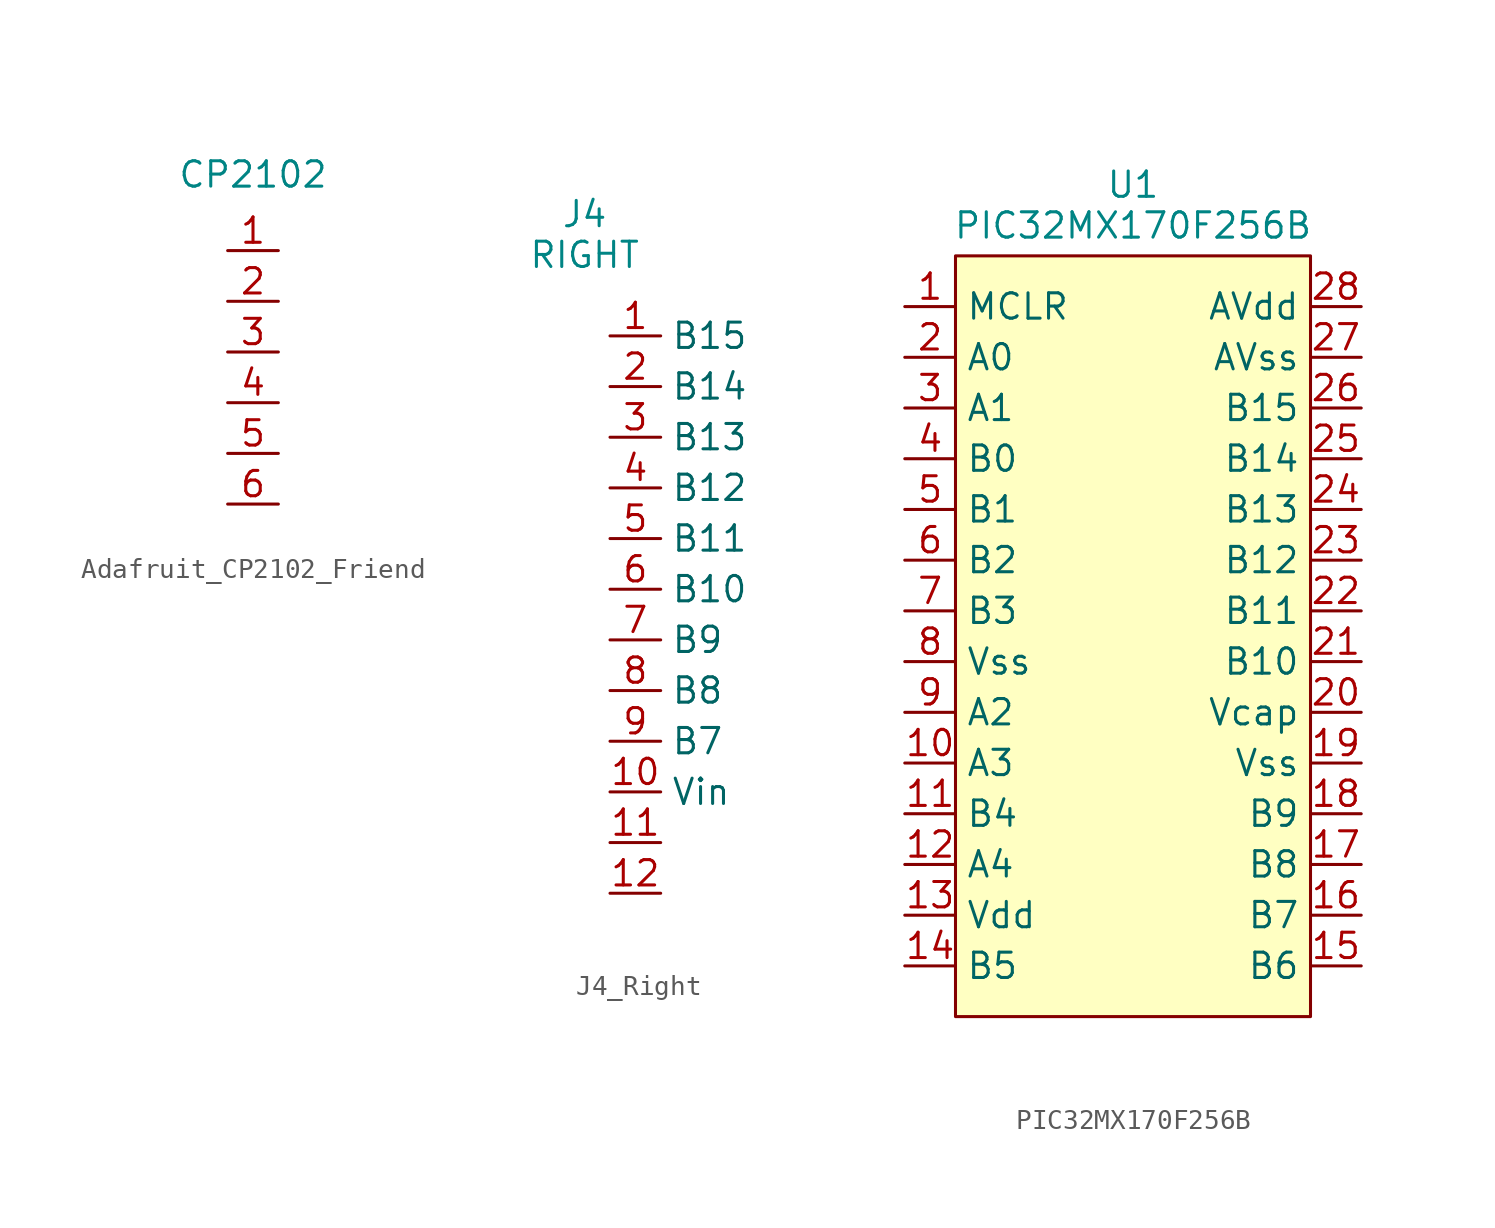
<source format=kicad_sym>
(kicad_symbol_lib
  (version 20220914)
  (generator kicad_symbol_editor)
  (symbol "Adafruit_CP2102_Friend"
    (property "Reference" "U"
      (at 0 0 0)
      (effects (font (size 1.27 1.27)) hide))
    (property "Value" ""
      (at 0 0 0)
      (effects (font (size 1.27 1.27))))
    (symbol "Adafruit_CP2102_Friend_1_1"
      (text "CP2102" (at -1.27 -2.54 0) (effects (font (size 1.27 1.27) (color 0 132 132 1))))
      (pin input line (at 0 -6.35 180) (length 2.54) (name "" (effects (font (size 1.27 1.27)))) (number "1" (effects (font (size 1.27 1.27)))))
      (pin input line (at 0 -8.89 180) (length 2.54) (name "" (effects (font (size 1.27 1.27)))) (number "2" (effects (font (size 1.27 1.27)))))
      (pin input line (at 0 -11.43 180) (length 2.54) (name "" (effects (font (size 1.27 1.27)))) (number "3" (effects (font (size 1.27 1.27)))))
      (pin input line (at 0 -13.97 180) (length 2.54) (name "" (effects (font (size 1.27 1.27)))) (number "4" (effects (font (size 1.27 1.27)))))
      (pin input line (at 0 -16.51 180) (length 2.54) (name "" (effects (font (size 1.27 1.27)))) (number "5" (effects (font (size 1.27 1.27)))))
      (pin input line (at 0 -19.05 180) (length 2.54) (name "" (effects (font (size 1.27 1.27)))) (number "6" (effects (font (size 1.27 1.27)))))))
  (symbol "J4_Right"
    (property "Reference" "U"
      (at 0 0 0)
      (effects (font (size 1.27 1.27)) hide))
    (property "Value" ""
      (at 0 0 0)
      (effects (font (size 1.27 1.27))))
    (symbol "J4_Right_1_1"
      (text "J4\nRIGHT" (at -1.27 -3.81 0) (effects (font (size 1.27 1.27) (color 0 132 132 1))))
      (pin free line (at 0 -8.89 0) (length 2.54) (name "B15" (effects (font (size 1.27 1.27)))) (number "1" (effects (font (size 1.27 1.27)))))
      (pin free line (at 0 -31.75 0) (length 2.54) (name "Vin" (effects (font (size 1.27 1.27)))) (number "10" (effects (font (size 1.27 1.27)))))
      (pin free line (at 0 -34.29 0) (length 2.54) (name "" (effects (font (size 1.27 1.27)))) (number "11" (effects (font (size 1.27 1.27)))))
      (pin free line (at 0 -36.83 0) (length 2.54) (name "" (effects (font (size 1.27 1.27)))) (number "12" (effects (font (size 1.27 1.27)))))
      (pin free line (at 0 -11.43 0) (length 2.54) (name "B14" (effects (font (size 1.27 1.27)))) (number "2" (effects (font (size 1.27 1.27)))))
      (pin free line (at 0 -13.97 0) (length 2.54) (name "B13" (effects (font (size 1.27 1.27)))) (number "3" (effects (font (size 1.27 1.27)))))
      (pin free line (at 0 -16.51 0) (length 2.54) (name "B12" (effects (font (size 1.27 1.27)))) (number "4" (effects (font (size 1.27 1.27)))))
      (pin free line (at 0 -19.05 0) (length 2.54) (name "B11" (effects (font (size 1.27 1.27)))) (number "5" (effects (font (size 1.27 1.27)))))
      (pin free line (at 0 -21.59 0) (length 2.54) (name "B10" (effects (font (size 1.27 1.27)))) (number "6" (effects (font (size 1.27 1.27)))))
      (pin free line (at 0 -24.13 0) (length 2.54) (name "B9" (effects (font (size 1.27 1.27)))) (number "7" (effects (font (size 1.27 1.27)))))
      (pin free line (at 0 -26.67 0) (length 2.54) (name "B8" (effects (font (size 1.27 1.27)))) (number "8" (effects (font (size 1.27 1.27)))))
      (pin free line (at 0 -29.21 0) (length 2.54) (name "B7" (effects (font (size 1.27 1.27)))) (number "9" (effects (font (size 1.27 1.27)))))))
  (symbol "PIC32MX170F256B"
    (property "Reference" "U"
      (at 0 0 0)
      (effects (font (size 1.27 1.27)) hide))
    (property "Value" ""
      (at -11.43 -13.97 0)
      (effects (font (size 1.27 1.27))))
    (symbol "PIC32MX170F256B_1_1"
      (rectangle (start -8.89 -7.62) (end 8.89 -45.72) (stroke (width 0) (type default)) (fill (type background)))
      (text "U1\nPIC32MX170F256B" (at 0 -5.08 0) (effects (font (size 1.27 1.27) (color 0 132 132 1))))
      (pin input line (at -11.43 -10.16 0) (length 2.54) (name "MCLR" (effects (font (size 1.27 1.27)))) (number "1" (effects (font (size 1.27 1.27)))))
      (pin input line (at -11.43 -33.02 0) (length 2.54) (name "A3" (effects (font (size 1.27 1.27)))) (number "10" (effects (font (size 1.27 1.27)))))
      (pin input line (at -11.43 -35.56 0) (length 2.54) (name "B4" (effects (font (size 1.27 1.27)))) (number "11" (effects (font (size 1.27 1.27)))))
      (pin input line (at -11.43 -38.1 0) (length 2.54) (name "A4" (effects (font (size 1.27 1.27)))) (number "12" (effects (font (size 1.27 1.27)))))
      (pin input line (at -11.43 -40.64 0) (length 2.54) (name "Vdd" (effects (font (size 1.27 1.27)))) (number "13" (effects (font (size 1.27 1.27)))))
      (pin input line (at -11.43 -43.18 0) (length 2.54) (name "B5" (effects (font (size 1.27 1.27)))) (number "14" (effects (font (size 1.27 1.27)))))
      (pin input line (at 11.43 -43.18 180) (length 2.54) (name "B6" (effects (font (size 1.27 1.27)))) (number "15" (effects (font (size 1.27 1.27)))))
      (pin input line (at 11.43 -40.64 180) (length 2.54) (name "B7" (effects (font (size 1.27 1.27)))) (number "16" (effects (font (size 1.27 1.27)))))
      (pin input line (at 11.43 -38.1 180) (length 2.54) (name "B8" (effects (font (size 1.27 1.27)))) (number "17" (effects (font (size 1.27 1.27)))))
      (pin input line (at 11.43 -35.56 180) (length 2.54) (name "B9" (effects (font (size 1.27 1.27)))) (number "18" (effects (font (size 1.27 1.27)))))
      (pin input line (at 11.43 -33.02 180) (length 2.54) (name "Vss" (effects (font (size 1.27 1.27)))) (number "19" (effects (font (size 1.27 1.27)))))
      (pin input line (at -11.43 -12.7 0) (length 2.54) (name "A0" (effects (font (size 1.27 1.27)))) (number "2" (effects (font (size 1.27 1.27)))))
      (pin input line (at 11.43 -30.48 180) (length 2.54) (name "Vcap" (effects (font (size 1.27 1.27)))) (number "20" (effects (font (size 1.27 1.27)))))
      (pin input line (at 11.43 -27.94 180) (length 2.54) (name "B10" (effects (font (size 1.27 1.27)))) (number "21" (effects (font (size 1.27 1.27)))))
      (pin input line (at 11.43 -25.4 180) (length 2.54) (name "B11" (effects (font (size 1.27 1.27)))) (number "22" (effects (font (size 1.27 1.27)))))
      (pin input line (at 11.43 -22.86 180) (length 2.54) (name "B12" (effects (font (size 1.27 1.27)))) (number "23" (effects (font (size 1.27 1.27)))))
      (pin input line (at 11.43 -20.32 180) (length 2.54) (name "B13" (effects (font (size 1.27 1.27)))) (number "24" (effects (font (size 1.27 1.27)))))
      (pin input line (at 11.43 -17.78 180) (length 2.54) (name "B14" (effects (font (size 1.27 1.27)))) (number "25" (effects (font (size 1.27 1.27)))))
      (pin input line (at 11.43 -15.24 180) (length 2.54) (name "B15" (effects (font (size 1.27 1.27)))) (number "26" (effects (font (size 1.27 1.27)))))
      (pin input line (at 11.43 -12.7 180) (length 2.54) (name "AVss" (effects (font (size 1.27 1.27)))) (number "27" (effects (font (size 1.27 1.27)))))
      (pin input line (at 11.43 -10.16 180) (length 2.54) (name "AVdd" (effects (font (size 1.27 1.27)))) (number "28" (effects (font (size 1.27 1.27)))))
      (pin input line (at -11.43 -15.24 0) (length 2.54) (name "A1" (effects (font (size 1.27 1.27)))) (number "3" (effects (font (size 1.27 1.27)))))
      (pin bidirectional line (at -11.43 -17.78 0) (length 2.54) (name "B0" (effects (font (size 1.27 1.27)))) (number "4" (effects (font (size 1.27 1.27)))))
      (pin bidirectional line (at -11.43 -20.32 0) (length 2.54) (name "B1" (effects (font (size 1.27 1.27)))) (number "5" (effects (font (size 1.27 1.27)))))
      (pin bidirectional line (at -11.43 -22.86 0) (length 2.54) (name "B2" (effects (font (size 1.27 1.27)))) (number "6" (effects (font (size 1.27 1.27)))))
      (pin bidirectional line (at -11.43 -25.4 0) (length 2.54) (name "B3" (effects (font (size 1.27 1.27)))) (number "7" (effects (font (size 1.27 1.27)))))
      (pin input line (at -11.43 -27.94 0) (length 2.54) (name "Vss" (effects (font (size 1.27 1.27)))) (number "8" (effects (font (size 1.27 1.27)))))
      (pin input line (at -11.43 -30.48 0) (length 2.54) (name "A2" (effects (font (size 1.27 1.27)))) (number "9" (effects (font (size 1.27 1.27))))))))
</source>
